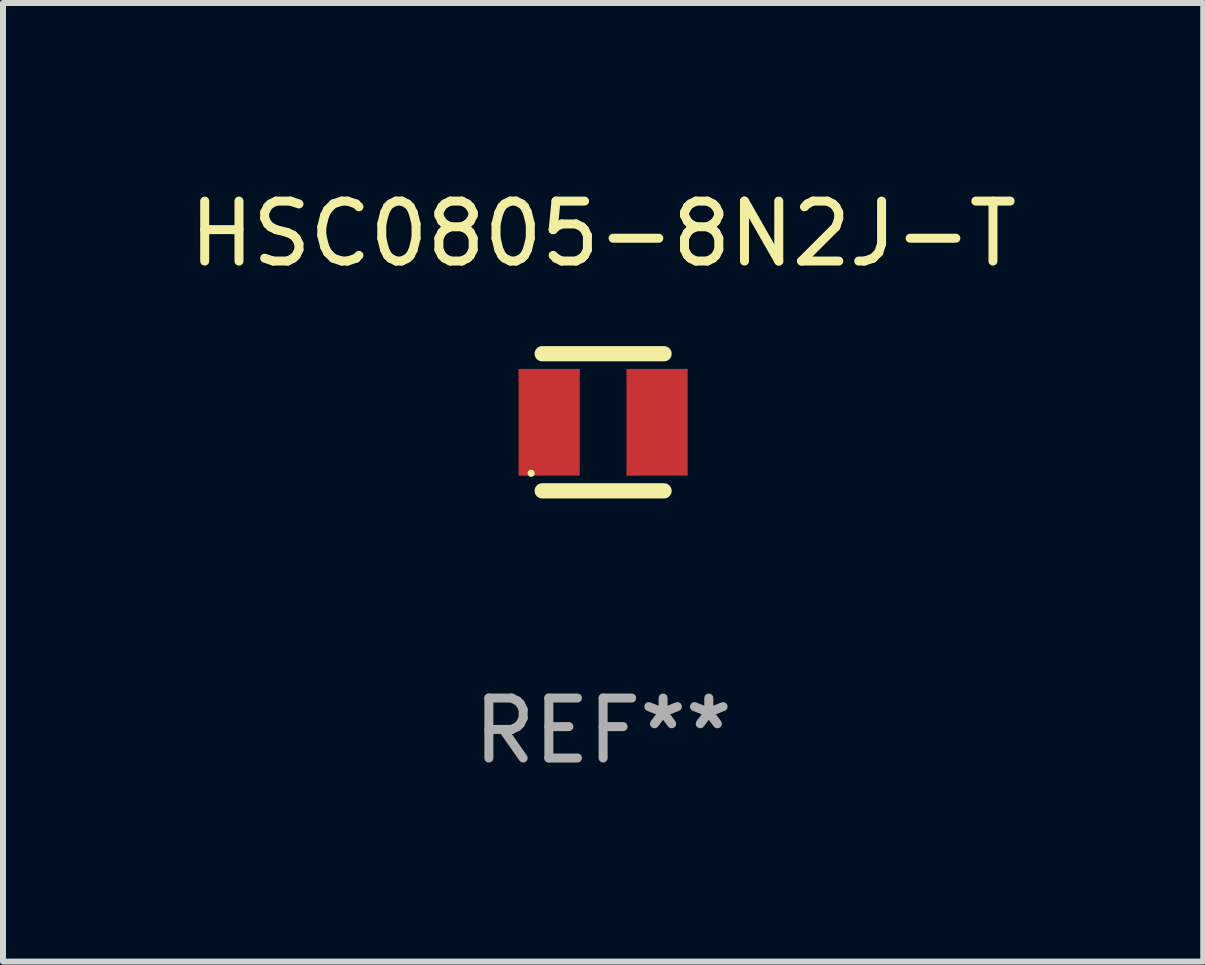
<source format=kicad_pcb>
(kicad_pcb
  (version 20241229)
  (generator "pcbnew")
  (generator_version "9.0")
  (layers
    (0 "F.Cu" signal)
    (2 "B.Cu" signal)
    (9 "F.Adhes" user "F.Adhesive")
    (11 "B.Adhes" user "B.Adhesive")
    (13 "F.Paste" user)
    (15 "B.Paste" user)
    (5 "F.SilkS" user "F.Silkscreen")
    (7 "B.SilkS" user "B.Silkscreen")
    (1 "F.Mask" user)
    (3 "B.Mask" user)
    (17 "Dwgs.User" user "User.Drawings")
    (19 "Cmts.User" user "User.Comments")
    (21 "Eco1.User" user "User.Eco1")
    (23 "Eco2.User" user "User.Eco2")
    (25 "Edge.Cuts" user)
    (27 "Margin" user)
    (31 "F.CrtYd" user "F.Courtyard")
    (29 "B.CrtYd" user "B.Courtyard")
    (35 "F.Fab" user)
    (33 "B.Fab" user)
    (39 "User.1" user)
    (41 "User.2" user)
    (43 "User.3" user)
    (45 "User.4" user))
  (footprint "HSC0805-8N2J-T"
    (layer "F.Cu")
    (at 7.006 3.991)
    (property "Reference" "HSC0805-8N2J-T" (at 0 -3.143 0) (layer "F.SilkS") (effects (font (size 1 1) (thickness 0.15))))
    (attr through_hole)
    (fp_line (start -1.016 -1.143) (end 1.016 -1.143) (stroke (width 0.254) (type solid)) (layer "F.SilkS"))
    (fp_line (start -1.016 1.143) (end 1.016 1.143) (stroke (width 0.254) (type solid)) (layer "F.SilkS"))
    (fp_circle (center -1.2 0.85) (end -1.17 0.85) (stroke (width 0.06) (type solid)) (fill no) (layer "F.SilkS"))
    (fp_text user "REF**" (at 0 5.143 0) (layer "F.Fab") (effects (font (size 1 1) (thickness 0.15))))
    (pad "1" smd rect (at -0.9 0) (size 1.02 1.78) (layers "F.Cu" "F.Mask" "F.Paste"))
    (pad "2" smd rect (at 0.9 0) (size 1.02 1.78) (layers "F.Cu" "F.Mask" "F.Paste")))
  (gr_rect
    (start -3 -3)
    (end 17.012 12.983)
    (stroke (width 0.1) (type default))
    (fill no)
    (layer "Edge.Cuts")))
</source>
